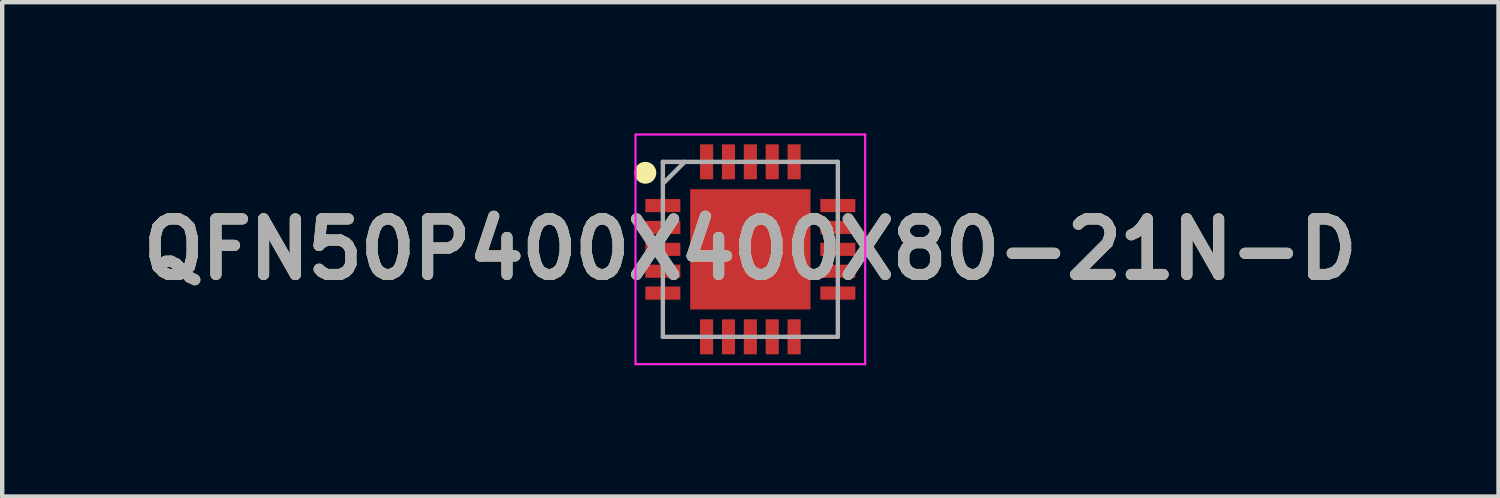
<source format=kicad_pcb>
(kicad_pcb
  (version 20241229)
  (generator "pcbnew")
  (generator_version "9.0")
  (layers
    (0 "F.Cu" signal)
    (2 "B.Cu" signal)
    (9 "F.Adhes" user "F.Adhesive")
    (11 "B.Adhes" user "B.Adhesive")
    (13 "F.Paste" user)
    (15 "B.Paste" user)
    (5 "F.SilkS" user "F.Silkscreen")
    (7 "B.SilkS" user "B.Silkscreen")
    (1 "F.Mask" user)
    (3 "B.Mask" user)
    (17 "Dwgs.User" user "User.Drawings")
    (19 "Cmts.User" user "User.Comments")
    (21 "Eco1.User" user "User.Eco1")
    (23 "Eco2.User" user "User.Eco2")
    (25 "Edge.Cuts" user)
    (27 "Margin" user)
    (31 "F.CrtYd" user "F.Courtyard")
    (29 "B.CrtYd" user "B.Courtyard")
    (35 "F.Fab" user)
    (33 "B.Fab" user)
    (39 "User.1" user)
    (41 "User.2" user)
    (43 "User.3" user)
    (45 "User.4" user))
  (footprint "QFN50P400X400X80-21N-D"
    (layer "F.Cu")
    (at 14.103 2.65)
    (property "Reference" "QFN50P400X400X80-21N-D" (at 0 0 0) (layer "F.SilkS") (effects (font (size 1.27 1.27) (thickness 0.254))))
    (attr smd)
    (fp_circle (center -2.4 -1.75) (end -2.4 -1.625) (stroke (width 0.25) (type solid)) (fill no) (layer "F.SilkS"))
    (fp_line (start -2.625 -2.625) (end 2.625 -2.625) (stroke (width 0.05) (type solid)) (layer "F.CrtYd"))
    (fp_line (start -2.625 2.625) (end -2.625 -2.625) (stroke (width 0.05) (type solid)) (layer "F.CrtYd"))
    (fp_line (start 2.625 -2.625) (end 2.625 2.625) (stroke (width 0.05) (type solid)) (layer "F.CrtYd"))
    (fp_line (start 2.625 2.625) (end -2.625 2.625) (stroke (width 0.05) (type solid)) (layer "F.CrtYd"))
    (fp_line (start -2 -2) (end 2 -2) (stroke (width 0.1) (type solid)) (layer "F.Fab"))
    (fp_line (start -2 -1.5) (end -1.5 -2) (stroke (width 0.1) (type solid)) (layer "F.Fab"))
    (fp_line (start -2 2) (end -2 -2) (stroke (width 0.1) (type solid)) (layer "F.Fab"))
    (fp_line (start 2 -2) (end 2 2) (stroke (width 0.1) (type solid)) (layer "F.Fab"))
    (fp_line (start 2 2) (end -2 2) (stroke (width 0.1) (type solid)) (layer "F.Fab"))
    (fp_text user "${REFERENCE}" (at 0 0 0) (layer "F.Fab") (effects (font (size 1.27 1.27) (thickness 0.254))))
    (pad "1" smd rect (at -2 -1 90) (size 0.3 0.8) (layers "F.Cu" "F.Mask" "F.Paste"))
    (pad "2" smd rect (at -2 -0.5 90) (size 0.3 0.8) (layers "F.Cu" "F.Mask" "F.Paste"))
    (pad "3" smd rect (at -2 0 90) (size 0.3 0.8) (layers "F.Cu" "F.Mask" "F.Paste"))
    (pad "4" smd rect (at -2 0.5 90) (size 0.3 0.8) (layers "F.Cu" "F.Mask" "F.Paste"))
    (pad "5" smd rect (at -2 1 90) (size 0.3 0.8) (layers "F.Cu" "F.Mask" "F.Paste"))
    (pad "6" smd rect (at -1 2) (size 0.3 0.8) (layers "F.Cu" "F.Mask" "F.Paste"))
    (pad "7" smd rect (at -0.5 2) (size 0.3 0.8) (layers "F.Cu" "F.Mask" "F.Paste"))
    (pad "8" smd rect (at 0 2) (size 0.3 0.8) (layers "F.Cu" "F.Mask" "F.Paste"))
    (pad "9" smd rect (at 0.5 2) (size 0.3 0.8) (layers "F.Cu" "F.Mask" "F.Paste"))
    (pad "10" smd rect (at 1 2) (size 0.3 0.8) (layers "F.Cu" "F.Mask" "F.Paste"))
    (pad "11" smd rect (at 2 1 90) (size 0.3 0.8) (layers "F.Cu" "F.Mask" "F.Paste"))
    (pad "12" smd rect (at 2 0.5 90) (size 0.3 0.8) (layers "F.Cu" "F.Mask" "F.Paste"))
    (pad "13" smd rect (at 2 0 90) (size 0.3 0.8) (layers "F.Cu" "F.Mask" "F.Paste"))
    (pad "14" smd rect (at 2 -0.5 90) (size 0.3 0.8) (layers "F.Cu" "F.Mask" "F.Paste"))
    (pad "15" smd rect (at 2 -1 90) (size 0.3 0.8) (layers "F.Cu" "F.Mask" "F.Paste"))
    (pad "16" smd rect (at 1 -2) (size 0.3 0.8) (layers "F.Cu" "F.Mask" "F.Paste"))
    (pad "17" smd rect (at 0.5 -2) (size 0.3 0.8) (layers "F.Cu" "F.Mask" "F.Paste"))
    (pad "18" smd rect (at 0 -2) (size 0.3 0.8) (layers "F.Cu" "F.Mask" "F.Paste"))
    (pad "19" smd rect (at -0.5 -2) (size 0.3 0.8) (layers "F.Cu" "F.Mask" "F.Paste"))
    (pad "20" smd rect (at -1 -2) (size 0.3 0.8) (layers "F.Cu" "F.Mask" "F.Paste"))
    (pad "21" smd rect (at 0 0) (size 2.75 2.75) (layers "F.Cu" "F.Mask" "F.Paste")))
  (gr_rect
    (start -3 -3)
    (end 31.206 8.3)
    (stroke (width 0.1) (type default))
    (fill no)
    (layer "Edge.Cuts")))
</source>
